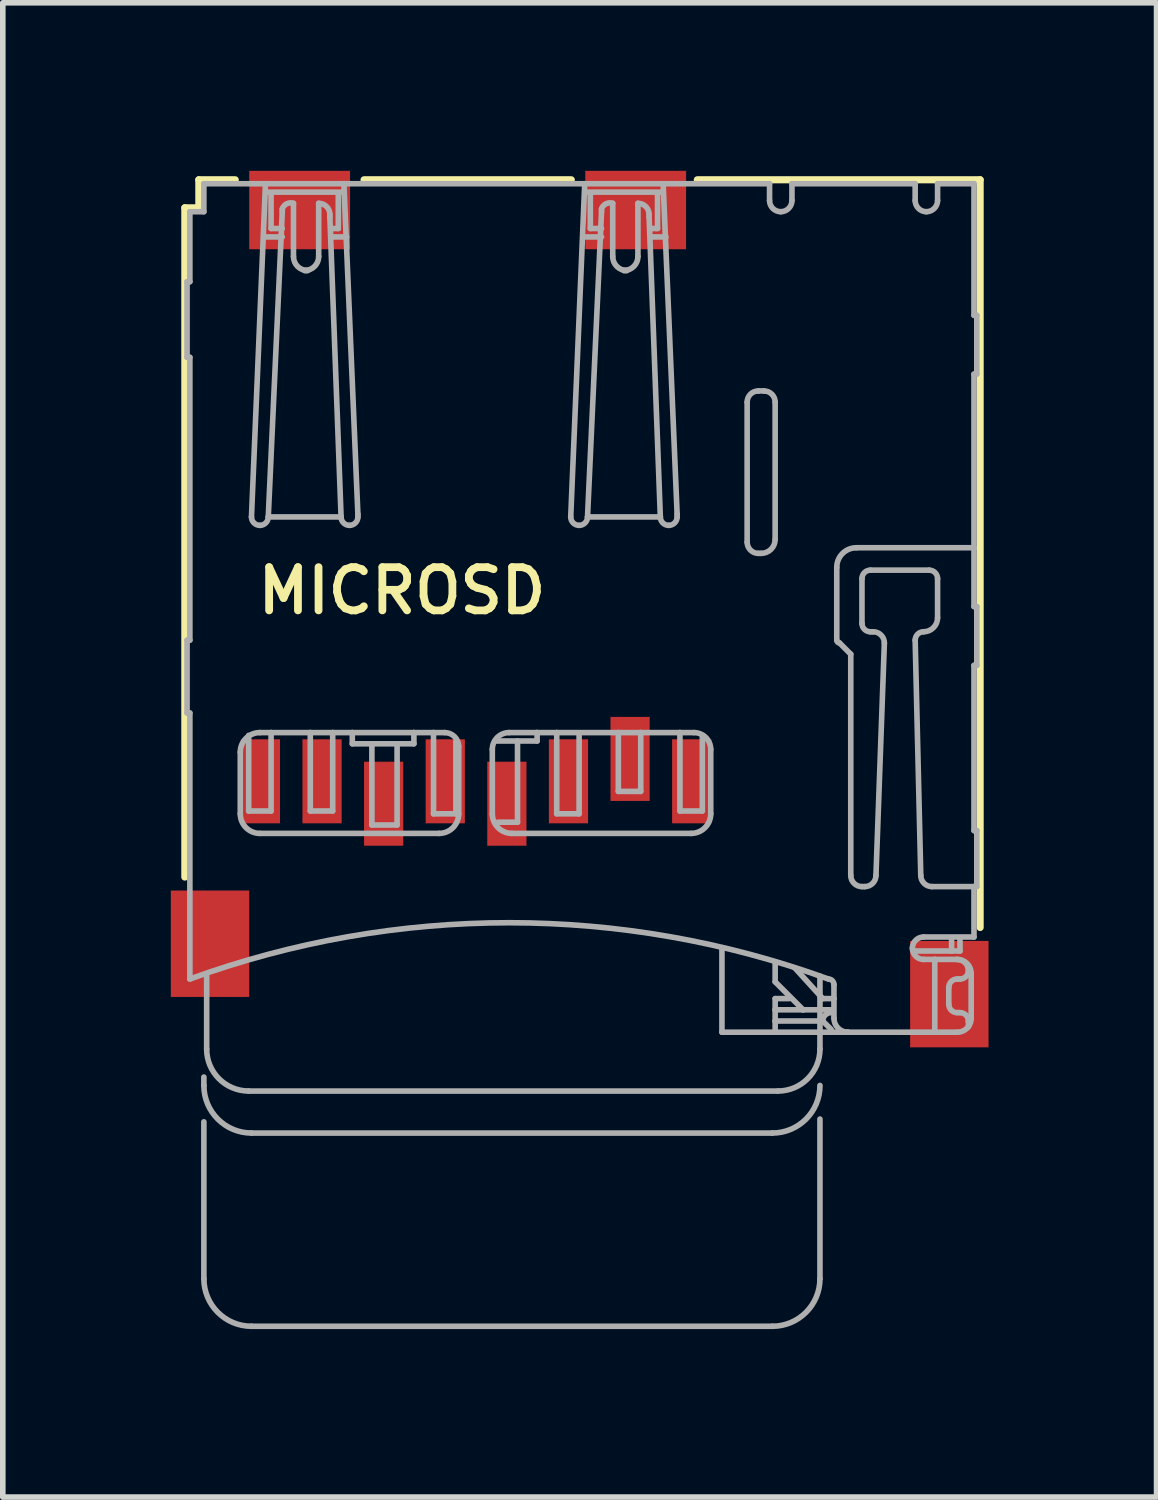
<source format=kicad_pcb>
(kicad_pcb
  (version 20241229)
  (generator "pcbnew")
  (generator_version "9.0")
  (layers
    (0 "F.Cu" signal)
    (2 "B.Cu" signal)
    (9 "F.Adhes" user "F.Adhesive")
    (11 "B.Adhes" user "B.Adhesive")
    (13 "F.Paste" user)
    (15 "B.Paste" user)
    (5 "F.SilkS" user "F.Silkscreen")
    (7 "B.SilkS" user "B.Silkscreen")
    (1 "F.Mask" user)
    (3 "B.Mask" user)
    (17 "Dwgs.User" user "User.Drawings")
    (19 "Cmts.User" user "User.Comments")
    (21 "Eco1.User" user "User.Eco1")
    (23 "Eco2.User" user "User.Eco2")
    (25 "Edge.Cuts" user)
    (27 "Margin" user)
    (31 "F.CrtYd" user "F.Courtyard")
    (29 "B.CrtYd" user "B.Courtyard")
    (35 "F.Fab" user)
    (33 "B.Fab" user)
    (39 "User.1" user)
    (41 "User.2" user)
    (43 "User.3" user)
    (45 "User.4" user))
  (footprint "MICROSD"
    (layer "F.Cu")
    (at 0.3 0.26)
    (property "Reference" "MICROSD" (at 1.18 7.69 180) (layer "F.SilkS") (effects (font (size 0.772 0.772) (thickness 0.139)) (justify left bottom)))
    (attr through_hole)
    (fp_line (start -0.05 0.4) (end -0.05 12.35) (stroke (width 0.127) (type solid)) (layer "F.SilkS"))
    (fp_line (start 0.2 -0.1) (end 0.2 0.4) (stroke (width 0.127) (type solid)) (layer "F.SilkS"))
    (fp_line (start 0.2 0.4) (end -0.05 0.4) (stroke (width 0.127) (type solid)) (layer "F.SilkS"))
    (fp_line (start 0.85 -0.1) (end 0.2 -0.1) (stroke (width 0.127) (type solid)) (layer "F.SilkS"))
    (fp_line (start 3.15 -0.1) (end 6.85 -0.1) (stroke (width 0.127) (type solid)) (layer "F.SilkS"))
    (fp_line (start 9.1 -0.1) (end 14.15 -0.1) (stroke (width 0.127) (type solid)) (layer "F.SilkS"))
    (fp_line (start 14.15 -0.1) (end 14.15 13.25) (stroke (width 0.127) (type solid)) (layer "F.SilkS"))
    (fp_line (start -0.01 1.72) (end -0.01 3.07) (stroke (width 0.1) (type solid)) (layer "F.Fab"))
    (fp_line (start -0.01 3.07) (end 0.04 3.07) (stroke (width 0.1) (type solid)) (layer "F.Fab"))
    (fp_line (start -0.01 8.12) (end -0.01 9.42) (stroke (width 0.1) (type solid)) (layer "F.Fab"))
    (fp_line (start -0.01 9.42) (end 0.04 9.42) (stroke (width 0.1) (type solid)) (layer "F.Fab"))
    (fp_line (start 0.04 0.47) (end 0.04 1.72) (stroke (width 0.1) (type solid)) (layer "F.Fab"))
    (fp_line (start 0.04 1.72) (end -0.01 1.72) (stroke (width 0.1) (type solid)) (layer "F.Fab"))
    (fp_line (start 0.04 3.07) (end 0.04 8.12) (stroke (width 0.1) (type solid)) (layer "F.Fab"))
    (fp_line (start 0.04 8.12) (end -0.01 8.12) (stroke (width 0.1) (type solid)) (layer "F.Fab"))
    (fp_line (start 0.04 9.42) (end 0.04 14.17) (stroke (width 0.1) (type solid)) (layer "F.Fab"))
    (fp_line (start 0.29 -0.03) (end 0.29 0.47) (stroke (width 0.1) (type solid)) (layer "F.Fab"))
    (fp_line (start 0.29 0.47) (end 0.04 0.47) (stroke (width 0.1) (type solid)) (layer "F.Fab"))
    (fp_line (start 0.29 15.92) (end 0.29 16.07) (stroke (width 0.1) (type solid)) (layer "F.Fab"))
    (fp_line (start 0.29 16.72) (end 0.29 19.52) (stroke (width 0.1) (type solid)) (layer "F.Fab"))
    (fp_line (start 0.34 14.12) (end 0.34 15.42) (stroke (width 0.1) (type solid)) (layer "F.Fab"))
    (fp_line (start 0.94 11.22) (end 0.94 10.12) (stroke (width 0.1) (type solid)) (layer "F.Fab"))
    (fp_line (start 1.09 9.82) (end 1.09 11.17) (stroke (width 0.1) (type solid)) (layer "F.Fab"))
    (fp_line (start 1.09 11.17) (end 1.49 11.17) (stroke (width 0.1) (type solid)) (layer "F.Fab"))
    (fp_line (start 1.09 16.17) (end 10.54 16.17) (stroke (width 0.1) (type solid)) (layer "F.Fab"))
    (fp_line (start 1.14 5.92) (end 1.39 -0.03) (stroke (width 0.1) (type solid)) (layer "F.Fab"))
    (fp_line (start 1.14 16.92) (end 10.44 16.92) (stroke (width 0.1) (type solid)) (layer "F.Fab"))
    (fp_line (start 1.14 20.37) (end 10.44 20.37) (stroke (width 0.1) (type solid)) (layer "F.Fab"))
    (fp_line (start 1.29 9.77) (end 1.49 9.77) (stroke (width 0.1) (type solid)) (layer "F.Fab"))
    (fp_line (start 1.39 -0.03) (end 0.29 -0.03) (stroke (width 0.1) (type solid)) (layer "F.Fab"))
    (fp_line (start 1.44 0.12) (end 2.79 0.12) (stroke (width 0.1) (type solid)) (layer "F.Fab"))
    (fp_line (start 1.44 5.92) (end 2.74 5.92) (stroke (width 0.1) (type solid)) (layer "F.Fab"))
    (fp_line (start 1.49 0.77) (end 1.49 0.17) (stroke (width 0.1) (type solid)) (layer "F.Fab"))
    (fp_line (start 1.49 9.77) (end 2.19 9.77) (stroke (width 0.1) (type solid)) (layer "F.Fab"))
    (fp_line (start 1.49 11.17) (end 1.49 9.77) (stroke (width 0.1) (type solid)) (layer "F.Fab"))
    (fp_line (start 1.69 0.42) (end 1.69 0.47) (stroke (width 0.1) (type solid)) (layer "F.Fab"))
    (fp_line (start 1.69 0.47) (end 1.44 5.92) (stroke (width 0.1) (type solid)) (layer "F.Fab"))
    (fp_line (start 1.69 0.77) (end 1.49 0.77) (stroke (width 0.1) (type solid)) (layer "F.Fab"))
    (fp_line (start 1.69 0.92) (end 1.39 0.92) (stroke (width 0.1) (type solid)) (layer "F.Fab"))
    (fp_line (start 1.89 1.27) (end 1.89 0.32) (stroke (width 0.1) (type solid)) (layer "F.Fab"))
    (fp_line (start 2.09 1.52) (end 2.14 1.52) (stroke (width 0.1) (type solid)) (layer "F.Fab"))
    (fp_line (start 2.19 9.77) (end 2.19 11.17) (stroke (width 0.1) (type solid)) (layer "F.Fab"))
    (fp_line (start 2.19 9.77) (end 2.59 9.77) (stroke (width 0.1) (type solid)) (layer "F.Fab"))
    (fp_line (start 2.19 11.17) (end 2.59 11.17) (stroke (width 0.1) (type solid)) (layer "F.Fab"))
    (fp_line (start 2.34 0.32) (end 2.34 1.27) (stroke (width 0.1) (type solid)) (layer "F.Fab"))
    (fp_line (start 2.54 0.57) (end 2.54 0.52) (stroke (width 0.1) (type solid)) (layer "F.Fab"))
    (fp_line (start 2.59 0.77) (end 2.69 0.77) (stroke (width 0.1) (type solid)) (layer "F.Fab"))
    (fp_line (start 2.59 0.92) (end 2.84 0.92) (stroke (width 0.1) (type solid)) (layer "F.Fab"))
    (fp_line (start 2.59 9.77) (end 2.94 9.77) (stroke (width 0.1) (type solid)) (layer "F.Fab"))
    (fp_line (start 2.59 11.17) (end 2.59 9.77) (stroke (width 0.1) (type solid)) (layer "F.Fab"))
    (fp_line (start 2.69 0.77) (end 2.69 0.17) (stroke (width 0.1) (type solid)) (layer "F.Fab"))
    (fp_line (start 2.74 5.92) (end 2.54 0.57) (stroke (width 0.1) (type solid)) (layer "F.Fab"))
    (fp_line (start 2.79 -0.03) (end 1.39 -0.03) (stroke (width 0.1) (type solid)) (layer "F.Fab"))
    (fp_line (start 2.79 -0.03) (end 3.04 5.87) (stroke (width 0.1) (type solid)) (layer "F.Fab"))
    (fp_line (start 2.94 9.77) (end 2.94 9.97) (stroke (width 0.1) (type solid)) (layer "F.Fab"))
    (fp_line (start 2.94 9.77) (end 4.04 9.77) (stroke (width 0.1) (type solid)) (layer "F.Fab"))
    (fp_line (start 2.94 9.97) (end 3.29 9.97) (stroke (width 0.1) (type solid)) (layer "F.Fab"))
    (fp_line (start 3.04 5.87) (end 3.04 5.92) (stroke (width 0.1) (type solid)) (layer "F.Fab"))
    (fp_line (start 3.29 9.97) (end 3.29 11.42) (stroke (width 0.1) (type solid)) (layer "F.Fab"))
    (fp_line (start 3.29 9.97) (end 3.74 9.97) (stroke (width 0.1) (type solid)) (layer "F.Fab"))
    (fp_line (start 3.29 11.42) (end 3.74 11.42) (stroke (width 0.1) (type solid)) (layer "F.Fab"))
    (fp_line (start 3.74 9.97) (end 4.04 9.97) (stroke (width 0.1) (type solid)) (layer "F.Fab"))
    (fp_line (start 3.74 11.42) (end 3.74 9.97) (stroke (width 0.1) (type solid)) (layer "F.Fab"))
    (fp_line (start 4.04 9.77) (end 4.39 9.77) (stroke (width 0.1) (type solid)) (layer "F.Fab"))
    (fp_line (start 4.04 9.97) (end 4.04 9.77) (stroke (width 0.1) (type solid)) (layer "F.Fab"))
    (fp_line (start 4.39 9.77) (end 4.39 11.22) (stroke (width 0.1) (type solid)) (layer "F.Fab"))
    (fp_line (start 4.39 9.77) (end 4.59 9.77) (stroke (width 0.1) (type solid)) (layer "F.Fab"))
    (fp_line (start 4.39 11.22) (end 4.79 11.22) (stroke (width 0.1) (type solid)) (layer "F.Fab"))
    (fp_line (start 4.49 11.57) (end 1.29 11.57) (stroke (width 0.1) (type solid)) (layer "F.Fab"))
    (fp_line (start 4.79 11.22) (end 4.79 9.92) (stroke (width 0.1) (type solid)) (layer "F.Fab"))
    (fp_line (start 4.84 10.02) (end 4.84 11.22) (stroke (width 0.1) (type solid)) (layer "F.Fab"))
    (fp_line (start 5.44 11.22) (end 5.44 10.07) (stroke (width 0.1) (type solid)) (layer "F.Fab"))
    (fp_line (start 5.49 9.92) (end 5.89 9.92) (stroke (width 0.1) (type solid)) (layer "F.Fab"))
    (fp_line (start 5.74 9.77) (end 6.24 9.77) (stroke (width 0.1) (type solid)) (layer "F.Fab"))
    (fp_line (start 5.89 9.92) (end 5.89 11.37) (stroke (width 0.1) (type solid)) (layer "F.Fab"))
    (fp_line (start 5.89 9.92) (end 6.24 9.92) (stroke (width 0.1) (type solid)) (layer "F.Fab"))
    (fp_line (start 5.89 11.37) (end 5.54 11.37) (stroke (width 0.1) (type solid)) (layer "F.Fab"))
    (fp_line (start 6.24 9.77) (end 6.59 9.77) (stroke (width 0.1) (type solid)) (layer "F.Fab"))
    (fp_line (start 6.24 9.92) (end 6.24 9.77) (stroke (width 0.1) (type solid)) (layer "F.Fab"))
    (fp_line (start 6.59 9.77) (end 6.59 11.22) (stroke (width 0.1) (type solid)) (layer "F.Fab"))
    (fp_line (start 6.59 9.77) (end 7.69 9.77) (stroke (width 0.1) (type solid)) (layer "F.Fab"))
    (fp_line (start 6.59 11.22) (end 6.99 11.22) (stroke (width 0.1) (type solid)) (layer "F.Fab"))
    (fp_line (start 6.84 5.92) (end 7.09 -0.03) (stroke (width 0.1) (type solid)) (layer "F.Fab"))
    (fp_line (start 6.99 11.22) (end 6.99 9.82) (stroke (width 0.1) (type solid)) (layer "F.Fab"))
    (fp_line (start 7.14 0.12) (end 8.49 0.12) (stroke (width 0.1) (type solid)) (layer "F.Fab"))
    (fp_line (start 7.14 5.92) (end 8.44 5.92) (stroke (width 0.1) (type solid)) (layer "F.Fab"))
    (fp_line (start 7.19 0.77) (end 7.19 0.17) (stroke (width 0.1) (type solid)) (layer "F.Fab"))
    (fp_line (start 7.39 0.42) (end 7.39 0.47) (stroke (width 0.1) (type solid)) (layer "F.Fab"))
    (fp_line (start 7.39 0.47) (end 7.14 5.92) (stroke (width 0.1) (type solid)) (layer "F.Fab"))
    (fp_line (start 7.39 0.77) (end 7.19 0.77) (stroke (width 0.1) (type solid)) (layer "F.Fab"))
    (fp_line (start 7.39 0.92) (end 7.09 0.92) (stroke (width 0.1) (type solid)) (layer "F.Fab"))
    (fp_line (start 7.59 1.27) (end 7.59 0.32) (stroke (width 0.1) (type solid)) (layer "F.Fab"))
    (fp_line (start 7.69 9.77) (end 7.69 10.82) (stroke (width 0.1) (type solid)) (layer "F.Fab"))
    (fp_line (start 7.69 9.77) (end 8.09 9.77) (stroke (width 0.1) (type solid)) (layer "F.Fab"))
    (fp_line (start 7.69 10.82) (end 8.09 10.82) (stroke (width 0.1) (type solid)) (layer "F.Fab"))
    (fp_line (start 7.79 1.52) (end 7.84 1.52) (stroke (width 0.1) (type solid)) (layer "F.Fab"))
    (fp_line (start 8.04 0.32) (end 8.04 1.27) (stroke (width 0.1) (type solid)) (layer "F.Fab"))
    (fp_line (start 8.09 9.77) (end 8.79 9.77) (stroke (width 0.1) (type solid)) (layer "F.Fab"))
    (fp_line (start 8.09 10.82) (end 8.09 9.77) (stroke (width 0.1) (type solid)) (layer "F.Fab"))
    (fp_line (start 8.24 0.57) (end 8.24 0.52) (stroke (width 0.1) (type solid)) (layer "F.Fab"))
    (fp_line (start 8.29 0.77) (end 8.39 0.77) (stroke (width 0.1) (type solid)) (layer "F.Fab"))
    (fp_line (start 8.29 0.92) (end 8.54 0.92) (stroke (width 0.1) (type solid)) (layer "F.Fab"))
    (fp_line (start 8.39 0.77) (end 8.39 0.17) (stroke (width 0.1) (type solid)) (layer "F.Fab"))
    (fp_line (start 8.44 5.92) (end 8.24 0.57) (stroke (width 0.1) (type solid)) (layer "F.Fab"))
    (fp_line (start 8.49 -0.03) (end 8.74 5.87) (stroke (width 0.1) (type solid)) (layer "F.Fab"))
    (fp_line (start 8.74 5.87) (end 8.74 5.92) (stroke (width 0.1) (type solid)) (layer "F.Fab"))
    (fp_line (start 8.79 9.77) (end 8.79 11.17) (stroke (width 0.1) (type solid)) (layer "F.Fab"))
    (fp_line (start 8.79 9.77) (end 9.04 9.77) (stroke (width 0.1) (type solid)) (layer "F.Fab"))
    (fp_line (start 8.79 11.17) (end 9.19 11.17) (stroke (width 0.1) (type solid)) (layer "F.Fab"))
    (fp_line (start 8.99 11.57) (end 5.79 11.57) (stroke (width 0.1) (type solid)) (layer "F.Fab"))
    (fp_line (start 9.19 11.17) (end 9.19 9.82) (stroke (width 0.1) (type solid)) (layer "F.Fab"))
    (fp_line (start 9.34 10.07) (end 9.34 11.22) (stroke (width 0.1) (type solid)) (layer "F.Fab"))
    (fp_line (start 9.54 15.12) (end 9.54 13.62) (stroke (width 0.1) (type solid)) (layer "F.Fab"))
    (fp_line (start 9.99 6.37) (end 9.99 3.87) (stroke (width 0.1) (type solid)) (layer "F.Fab"))
    (fp_line (start 10.19 3.67) (end 10.29 3.67) (stroke (width 0.1) (type solid)) (layer "F.Fab"))
    (fp_line (start 10.24 6.57) (end 10.19 6.57) (stroke (width 0.1) (type solid)) (layer "F.Fab"))
    (fp_line (start 10.39 -0.03) (end 2.79 -0.03) (stroke (width 0.1) (type solid)) (layer "F.Fab"))
    (fp_line (start 10.39 0.27) (end 10.39 -0.03) (stroke (width 0.1) (type solid)) (layer "F.Fab"))
    (fp_line (start 10.49 3.87) (end 10.49 6.32) (stroke (width 0.1) (type solid)) (layer "F.Fab"))
    (fp_line (start 10.49 13.87) (end 10.49 14.22) (stroke (width 0.1) (type solid)) (layer "F.Fab"))
    (fp_line (start 10.49 14.22) (end 10.99 14.72) (stroke (width 0.1) (type solid)) (layer "F.Fab"))
    (fp_line (start 10.49 14.52) (end 10.74 14.52) (stroke (width 0.1) (type solid)) (layer "F.Fab"))
    (fp_line (start 10.49 14.72) (end 10.49 14.52) (stroke (width 0.1) (type solid)) (layer "F.Fab"))
    (fp_line (start 10.49 14.92) (end 10.49 14.72) (stroke (width 0.1) (type solid)) (layer "F.Fab"))
    (fp_line (start 10.49 14.92) (end 11.34 14.92) (stroke (width 0.1) (type solid)) (layer "F.Fab"))
    (fp_line (start 10.49 15.12) (end 9.54 15.12) (stroke (width 0.1) (type solid)) (layer "F.Fab"))
    (fp_line (start 10.49 15.12) (end 10.49 14.92) (stroke (width 0.1) (type solid)) (layer "F.Fab"))
    (fp_line (start 10.79 -0.03) (end 10.79 0.27) (stroke (width 0.1) (type solid)) (layer "F.Fab"))
    (fp_line (start 10.99 14.72) (end 10.49 14.72) (stroke (width 0.1) (type solid)) (layer "F.Fab"))
    (fp_line (start 10.99 14.72) (end 11.49 14.72) (stroke (width 0.1) (type solid)) (layer "F.Fab"))
    (fp_line (start 11.29 15.42) (end 11.29 14.12) (stroke (width 0.1) (type solid)) (layer "F.Fab"))
    (fp_line (start 11.29 19.52) (end 11.29 16.67) (stroke (width 0.1) (type solid)) (layer "F.Fab"))
    (fp_line (start 11.34 14.52) (end 10.84 13.97) (stroke (width 0.1) (type solid)) (layer "F.Fab"))
    (fp_line (start 11.49 15.07) (end 11.34 14.92) (stroke (width 0.1) (type solid)) (layer "F.Fab"))
    (fp_line (start 11.54 14.27) (end 11.54 14.52) (stroke (width 0.1) (type solid)) (layer "F.Fab"))
    (fp_line (start 11.54 14.52) (end 11.34 14.52) (stroke (width 0.1) (type solid)) (layer "F.Fab"))
    (fp_line (start 11.54 14.52) (end 11.54 14.87) (stroke (width 0.1) (type solid)) (layer "F.Fab"))
    (fp_line (start 11.59 8.12) (end 11.59 6.82) (stroke (width 0.1) (type solid)) (layer "F.Fab"))
    (fp_line (start 11.79 15.12) (end 10.49 15.12) (stroke (width 0.1) (type solid)) (layer "F.Fab"))
    (fp_line (start 11.79 15.12) (end 13.34 15.12) (stroke (width 0.1) (type solid)) (layer "F.Fab"))
    (fp_line (start 11.84 8.37) (end 11.64 8.17) (stroke (width 0.1) (type solid)) (layer "F.Fab"))
    (fp_line (start 11.84 12.32) (end 11.84 8.37) (stroke (width 0.1) (type solid)) (layer "F.Fab"))
    (fp_line (start 11.94 6.47) (end 14.04 6.47) (stroke (width 0.1) (type solid)) (layer "F.Fab"))
    (fp_line (start 12.04 7.02) (end 12.04 7.82) (stroke (width 0.1) (type solid)) (layer "F.Fab"))
    (fp_line (start 12.09 12.52) (end 12.04 12.52) (stroke (width 0.1) (type solid)) (layer "F.Fab"))
    (fp_line (start 12.19 7.97) (end 12.24 7.97) (stroke (width 0.1) (type solid)) (layer "F.Fab"))
    (fp_line (start 12.44 8.17) (end 12.29 12.32) (stroke (width 0.1) (type solid)) (layer "F.Fab"))
    (fp_line (start 12.99 -0.03) (end 10.79 -0.03) (stroke (width 0.1) (type solid)) (layer "F.Fab"))
    (fp_line (start 12.99 0.27) (end 12.99 -0.03) (stroke (width 0.1) (type solid)) (layer "F.Fab"))
    (fp_line (start 12.99 13.67) (end 13.64 13.67) (stroke (width 0.1) (type solid)) (layer "F.Fab"))
    (fp_line (start 13.09 12.32) (end 12.99 8.12) (stroke (width 0.1) (type solid)) (layer "F.Fab"))
    (fp_line (start 13.14 13.42) (end 14.04 13.42) (stroke (width 0.1) (type solid)) (layer "F.Fab"))
    (fp_line (start 13.24 6.87) (end 12.19 6.87) (stroke (width 0.1) (type solid)) (layer "F.Fab"))
    (fp_line (start 13.34 13.82) (end 13.14 13.82) (stroke (width 0.1) (type solid)) (layer "F.Fab"))
    (fp_line (start 13.34 13.82) (end 13.34 15.12) (stroke (width 0.1) (type solid)) (layer "F.Fab"))
    (fp_line (start 13.34 15.12) (end 13.74 15.12) (stroke (width 0.1) (type solid)) (layer "F.Fab"))
    (fp_line (start 13.39 -0.03) (end 13.39 0.27) (stroke (width 0.1) (type solid)) (layer "F.Fab"))
    (fp_line (start 13.39 7.72) (end 13.39 7.02) (stroke (width 0.1) (type solid)) (layer "F.Fab"))
    (fp_line (start 13.59 14.62) (end 13.59 14.32) (stroke (width 0.1) (type solid)) (layer "F.Fab"))
    (fp_line (start 13.64 13.67) (end 13.64 13.47) (stroke (width 0.1) (type solid)) (layer "F.Fab"))
    (fp_line (start 13.64 13.67) (end 13.79 13.67) (stroke (width 0.1) (type solid)) (layer "F.Fab"))
    (fp_line (start 13.74 13.82) (end 13.34 13.82) (stroke (width 0.1) (type solid)) (layer "F.Fab"))
    (fp_line (start 13.74 14.17) (end 13.79 14.17) (stroke (width 0.1) (type solid)) (layer "F.Fab"))
    (fp_line (start 13.79 13.47) (end 13.79 13.67) (stroke (width 0.1) (type solid)) (layer "F.Fab"))
    (fp_line (start 13.79 14.77) (end 13.74 14.77) (stroke (width 0.1) (type solid)) (layer "F.Fab"))
    (fp_line (start 13.94 15.02) (end 13.94 14.92) (stroke (width 0.1) (type solid)) (layer "F.Fab"))
    (fp_line (start 13.99 14.87) (end 13.99 14.07) (stroke (width 0.1) (type solid)) (layer "F.Fab"))
    (fp_line (start 14.04 -0.03) (end 13.39 -0.03) (stroke (width 0.1) (type solid)) (layer "F.Fab"))
    (fp_line (start 14.04 2.32) (end 14.04 -0.03) (stroke (width 0.1) (type solid)) (layer "F.Fab"))
    (fp_line (start 14.04 3.37) (end 14.09 3.37) (stroke (width 0.1) (type solid)) (layer "F.Fab"))
    (fp_line (start 14.04 6.47) (end 14.04 3.37) (stroke (width 0.1) (type solid)) (layer "F.Fab"))
    (fp_line (start 14.04 7.52) (end 14.04 6.47) (stroke (width 0.1) (type solid)) (layer "F.Fab"))
    (fp_line (start 14.04 8.57) (end 14.09 8.57) (stroke (width 0.1) (type solid)) (layer "F.Fab"))
    (fp_line (start 14.04 11.52) (end 14.04 8.57) (stroke (width 0.1) (type solid)) (layer "F.Fab"))
    (fp_line (start 14.04 12.52) (end 13.29 12.52) (stroke (width 0.1) (type solid)) (layer "F.Fab"))
    (fp_line (start 14.04 12.52) (end 14.09 12.52) (stroke (width 0.1) (type solid)) (layer "F.Fab"))
    (fp_line (start 14.04 13.42) (end 14.04 12.52) (stroke (width 0.1) (type solid)) (layer "F.Fab"))
    (fp_line (start 14.09 2.32) (end 14.04 2.32) (stroke (width 0.1) (type solid)) (layer "F.Fab"))
    (fp_line (start 14.09 3.37) (end 14.09 2.32) (stroke (width 0.1) (type solid)) (layer "F.Fab"))
    (fp_line (start 14.09 7.52) (end 14.04 7.52) (stroke (width 0.1) (type solid)) (layer "F.Fab"))
    (fp_line (start 14.09 8.57) (end 14.09 7.52) (stroke (width 0.1) (type solid)) (layer "F.Fab"))
    (fp_line (start 14.09 11.52) (end 14.04 11.52) (stroke (width 0.1) (type solid)) (layer "F.Fab"))
    (fp_line (start 14.09 12.52) (end 14.09 11.52) (stroke (width 0.1) (type solid)) (layer "F.Fab"))
    (fp_arc (start 0.04 14.17) (mid 5.74 13.164936) (end 11.44 14.17) (stroke (width 0.1) (type solid)) (layer "F.Fab"))
    (fp_arc (start 0.94 10.12) (mid 1.042513 9.872513) (end 1.29 9.77) (stroke (width 0.1) (type solid)) (layer "F.Fab"))
    (fp_arc (start 1.09 16.17) (mid 0.55967 15.95033) (end 0.34 15.42) (stroke (width 0.1) (type solid)) (layer "F.Fab"))
    (fp_arc (start 1.14 16.92) (mid 0.538959 16.671041) (end 0.29 16.07) (stroke (width 0.1) (type solid)) (layer "F.Fab"))
    (fp_arc (start 1.14 20.37) (mid 0.538959 20.121041) (end 0.29 19.52) (stroke (width 0.1) (type solid)) (layer "F.Fab"))
    (fp_arc (start 1.29 6.07) (mid 1.183934 6.026066) (end 1.14 5.92) (stroke (width 0.1) (type solid)) (layer "F.Fab"))
    (fp_arc (start 1.29 11.57) (mid 1.042513 11.467487) (end 0.94 11.22) (stroke (width 0.1) (type solid)) (layer "F.Fab"))
    (fp_arc (start 1.44 5.92) (mid 1.396066 6.026066) (end 1.29 6.07) (stroke (width 0.1) (type solid)) (layer "F.Fab"))
    (fp_arc (start 1.69 0.42) (mid 1.769289 0.328579) (end 1.89 0.32) (stroke (width 0.1) (type solid)) (layer "F.Fab"))
    (fp_arc (start 2.14 1.52) (mid 1.963223 1.446777) (end 1.89 1.27) (stroke (width 0.1) (type solid)) (layer "F.Fab"))
    (fp_arc (start 2.34 0.32) (mid 2.481421 0.378579) (end 2.54 0.52) (stroke (width 0.1) (type solid)) (layer "F.Fab"))
    (fp_arc (start 2.34 1.27) (mid 2.266777 1.446777) (end 2.09 1.52) (stroke (width 0.1) (type solid)) (layer "F.Fab"))
    (fp_arc (start 2.89 6.07) (mid 2.783934 6.026066) (end 2.74 5.92) (stroke (width 0.1) (type solid)) (layer "F.Fab"))
    (fp_arc (start 3.04 5.92) (mid 2.996066 6.026066) (end 2.89 6.07) (stroke (width 0.1) (type solid)) (layer "F.Fab"))
    (fp_arc (start 4.59 9.77) (mid 4.766777 9.843223) (end 4.84 10.02) (stroke (width 0.1) (type solid)) (layer "F.Fab"))
    (fp_arc (start 4.84 11.22) (mid 4.737487 11.467487) (end 4.49 11.57) (stroke (width 0.1) (type solid)) (layer "F.Fab"))
    (fp_arc (start 5.44 10.07) (mid 5.527868 9.857868) (end 5.74 9.77) (stroke (width 0.1) (type solid)) (layer "F.Fab"))
    (fp_arc (start 5.79 11.57) (mid 5.542513 11.467487) (end 5.44 11.22) (stroke (width 0.1) (type solid)) (layer "F.Fab"))
    (fp_arc (start 6.99 6.07) (mid 6.883934 6.026066) (end 6.84 5.92) (stroke (width 0.1) (type solid)) (layer "F.Fab"))
    (fp_arc (start 7.14 5.92) (mid 7.096066 6.026066) (end 6.99 6.07) (stroke (width 0.1) (type solid)) (layer "F.Fab"))
    (fp_arc (start 7.39 0.42) (mid 7.469289 0.328579) (end 7.59 0.32) (stroke (width 0.1) (type solid)) (layer "F.Fab"))
    (fp_arc (start 7.84 1.52) (mid 7.663223 1.446777) (end 7.59 1.27) (stroke (width 0.1) (type solid)) (layer "F.Fab"))
    (fp_arc (start 8.04 0.32) (mid 8.181421 0.378579) (end 8.24 0.52) (stroke (width 0.1) (type solid)) (layer "F.Fab"))
    (fp_arc (start 8.04 1.27) (mid 7.966777 1.446777) (end 7.79 1.52) (stroke (width 0.1) (type solid)) (layer "F.Fab"))
    (fp_arc (start 8.59 6.07) (mid 8.483934 6.026066) (end 8.44 5.92) (stroke (width 0.1) (type solid)) (layer "F.Fab"))
    (fp_arc (start 8.74 5.92) (mid 8.696066 6.026066) (end 8.59 6.07) (stroke (width 0.1) (type solid)) (layer "F.Fab"))
    (fp_arc (start 9.04 9.77) (mid 9.252132 9.857868) (end 9.34 10.07) (stroke (width 0.1) (type solid)) (layer "F.Fab"))
    (fp_arc (start 9.34 11.22) (mid 9.237487 11.467487) (end 8.99 11.57) (stroke (width 0.1) (type solid)) (layer "F.Fab"))
    (fp_arc (start 9.99 3.87) (mid 10.048579 3.728579) (end 10.19 3.67) (stroke (width 0.1) (type solid)) (layer "F.Fab"))
    (fp_arc (start 10.19 6.57) (mid 10.048579 6.511421) (end 9.99 6.37) (stroke (width 0.1) (type solid)) (layer "F.Fab"))
    (fp_arc (start 10.29 3.67) (mid 10.431421 3.728579) (end 10.49 3.87) (stroke (width 0.1) (type solid)) (layer "F.Fab"))
    (fp_arc (start 10.49 6.32) (mid 10.416777 6.496777) (end 10.24 6.57) (stroke (width 0.1) (type solid)) (layer "F.Fab"))
    (fp_arc (start 10.59 0.47) (mid 10.448579 0.411421) (end 10.39 0.27) (stroke (width 0.1) (type solid)) (layer "F.Fab"))
    (fp_arc (start 10.79 0.27) (mid 10.731421 0.411421) (end 10.59 0.47) (stroke (width 0.1) (type solid)) (layer "F.Fab"))
    (fp_arc (start 11.29 15.42) (mid 11.07033 15.95033) (end 10.54 16.17) (stroke (width 0.1) (type solid)) (layer "F.Fab"))
    (fp_arc (start 11.29 16.07) (mid 11.041041 16.671041) (end 10.44 16.92) (stroke (width 0.1) (type solid)) (layer "F.Fab"))
    (fp_arc (start 11.29 19.52) (mid 11.041041 20.121041) (end 10.44 20.37) (stroke (width 0.1) (type solid)) (layer "F.Fab"))
    (fp_arc (start 11.34 14.92) (mid 11.383934 14.813934) (end 11.49 14.77) (stroke (width 0.1) (type solid)) (layer "F.Fab"))
    (fp_arc (start 11.44 14.17) (mid 11.510711 14.199289) (end 11.54 14.27) (stroke (width 0.1) (type solid)) (layer "F.Fab"))
    (fp_arc (start 11.59 6.82) (mid 11.692513 6.572513) (end 11.94 6.47) (stroke (width 0.1) (type solid)) (layer "F.Fab"))
    (fp_arc (start 11.64 8.17) (mid 11.604645 8.155355) (end 11.59 8.12) (stroke (width 0.1) (type solid)) (layer "F.Fab"))
    (fp_arc (start 11.79 15.12) (mid 11.613223 15.046777) (end 11.54 14.87) (stroke (width 0.1) (type solid)) (layer "F.Fab"))
    (fp_arc (start 12.04 7.02) (mid 12.083934 6.913934) (end 12.19 6.87) (stroke (width 0.1) (type solid)) (layer "F.Fab"))
    (fp_arc (start 12.04 12.52) (mid 11.898579 12.461421) (end 11.84 12.32) (stroke (width 0.1) (type solid)) (layer "F.Fab"))
    (fp_arc (start 12.19 7.97) (mid 12.083934 7.926066) (end 12.04 7.82) (stroke (width 0.1) (type solid)) (layer "F.Fab"))
    (fp_arc (start 12.24 7.97) (mid 12.381421 8.028579) (end 12.44 8.17) (stroke (width 0.1) (type solid)) (layer "F.Fab"))
    (fp_arc (start 12.29 12.32) (mid 12.231421 12.461421) (end 12.09 12.52) (stroke (width 0.1) (type solid)) (layer "F.Fab"))
    (fp_arc (start 12.94 13.62) (mid 12.998579 13.478579) (end 13.14 13.42) (stroke (width 0.1) (type solid)) (layer "F.Fab"))
    (fp_arc (start 12.99 8.12) (mid 13.033934 8.013934) (end 13.14 7.97) (stroke (width 0.1) (type solid)) (layer "F.Fab"))
    (fp_arc (start 13.14 13.82) (mid 12.998579 13.761421) (end 12.94 13.62) (stroke (width 0.1) (type solid)) (layer "F.Fab"))
    (fp_arc (start 13.19 0.47) (mid 13.048579 0.411421) (end 12.99 0.27) (stroke (width 0.1) (type solid)) (layer "F.Fab"))
    (fp_arc (start 13.24 6.87) (mid 13.346066 6.913934) (end 13.39 7.02) (stroke (width 0.1) (type solid)) (layer "F.Fab"))
    (fp_arc (start 13.29 12.52) (mid 13.148579 12.461421) (end 13.09 12.32) (stroke (width 0.1) (type solid)) (layer "F.Fab"))
    (fp_arc (start 13.39 0.27) (mid 13.331421 0.411421) (end 13.19 0.47) (stroke (width 0.1) (type solid)) (layer "F.Fab"))
    (fp_arc (start 13.39 7.72) (mid 13.316777 7.896777) (end 13.14 7.97) (stroke (width 0.1) (type solid)) (layer "F.Fab"))
    (fp_arc (start 13.59 14.32) (mid 13.633934 14.213934) (end 13.74 14.17) (stroke (width 0.1) (type solid)) (layer "F.Fab"))
    (fp_arc (start 13.74 13.82) (mid 13.881421 13.878579) (end 13.94 14.02) (stroke (width 0.1) (type solid)) (layer "F.Fab"))
    (fp_arc (start 13.74 13.82) (mid 13.916777 13.893223) (end 13.99 14.07) (stroke (width 0.1) (type solid)) (layer "F.Fab"))
    (fp_arc (start 13.74 14.77) (mid 13.633934 14.726066) (end 13.59 14.62) (stroke (width 0.1) (type solid)) (layer "F.Fab"))
    (fp_arc (start 13.79 14.77) (mid 13.896066 14.813934) (end 13.94 14.92) (stroke (width 0.1) (type solid)) (layer "F.Fab"))
    (fp_arc (start 13.94 14.02) (mid 13.896066 14.126066) (end 13.79 14.17) (stroke (width 0.1) (type solid)) (layer "F.Fab"))
    (fp_arc (start 13.94 15.019999) (mid 13.851803 15.093606) (end 13.74 15.12) (stroke (width 0.1) (type solid)) (layer "F.Fab"))
    (fp_arc (start 13.99 14.87) (mid 13.977171 14.949057) (end 13.94 15.02) (stroke (width 0.1) (type solid)) (layer "F.Fab"))
    (pad "1" smd rect (at 9 10.64) (size 0.7 1.5) (layers "F.Cu" "F.Mask" "F.Paste"))
    (pad "2" smd rect (at 7.9 10.24) (size 0.7 1.5) (layers "F.Cu" "F.Mask" "F.Paste"))
    (pad "3" smd rect (at 6.8 10.64) (size 0.7 1.5) (layers "F.Cu" "F.Mask" "F.Paste"))
    (pad "4" smd rect (at 5.7 11.04) (size 0.7 1.5) (layers "F.Cu" "F.Mask" "F.Paste"))
    (pad "5" smd rect (at 4.6 10.64) (size 0.7 1.5) (layers "F.Cu" "F.Mask" "F.Paste"))
    (pad "6" smd rect (at 3.5 11.04) (size 0.7 1.5) (layers "F.Cu" "F.Mask" "F.Paste"))
    (pad "7" smd rect (at 2.4 10.64) (size 0.7 1.5) (layers "F.Cu" "F.Mask" "F.Paste"))
    (pad "8" smd rect (at 1.3 10.64) (size 0.7 1.5) (layers "F.Cu" "F.Mask" "F.Paste"))
    (pad "CD1" smd rect (at 2 0.44 90) (size 1.4 1.8) (layers "F.Cu" "F.Mask" "F.Paste"))
    (pad "CD2" smd rect (at 8 0.44 90) (size 1.4 1.8) (layers "F.Cu" "F.Mask" "F.Paste"))
    (pad "MT1" smd rect (at 0.4 13.54) (size 1.4 1.9) (layers "F.Cu" "F.Mask" "F.Paste"))
    (pad "MT2" smd rect (at 13.6 14.44) (size 1.4 1.9) (layers "F.Cu" "F.Mask" "F.Paste")))
  (gr_rect
    (start -3 -3)
    (end 17.6 23.68)
    (stroke (width 0.1) (type default))
    (fill no)
    (layer "Edge.Cuts")))
</source>
